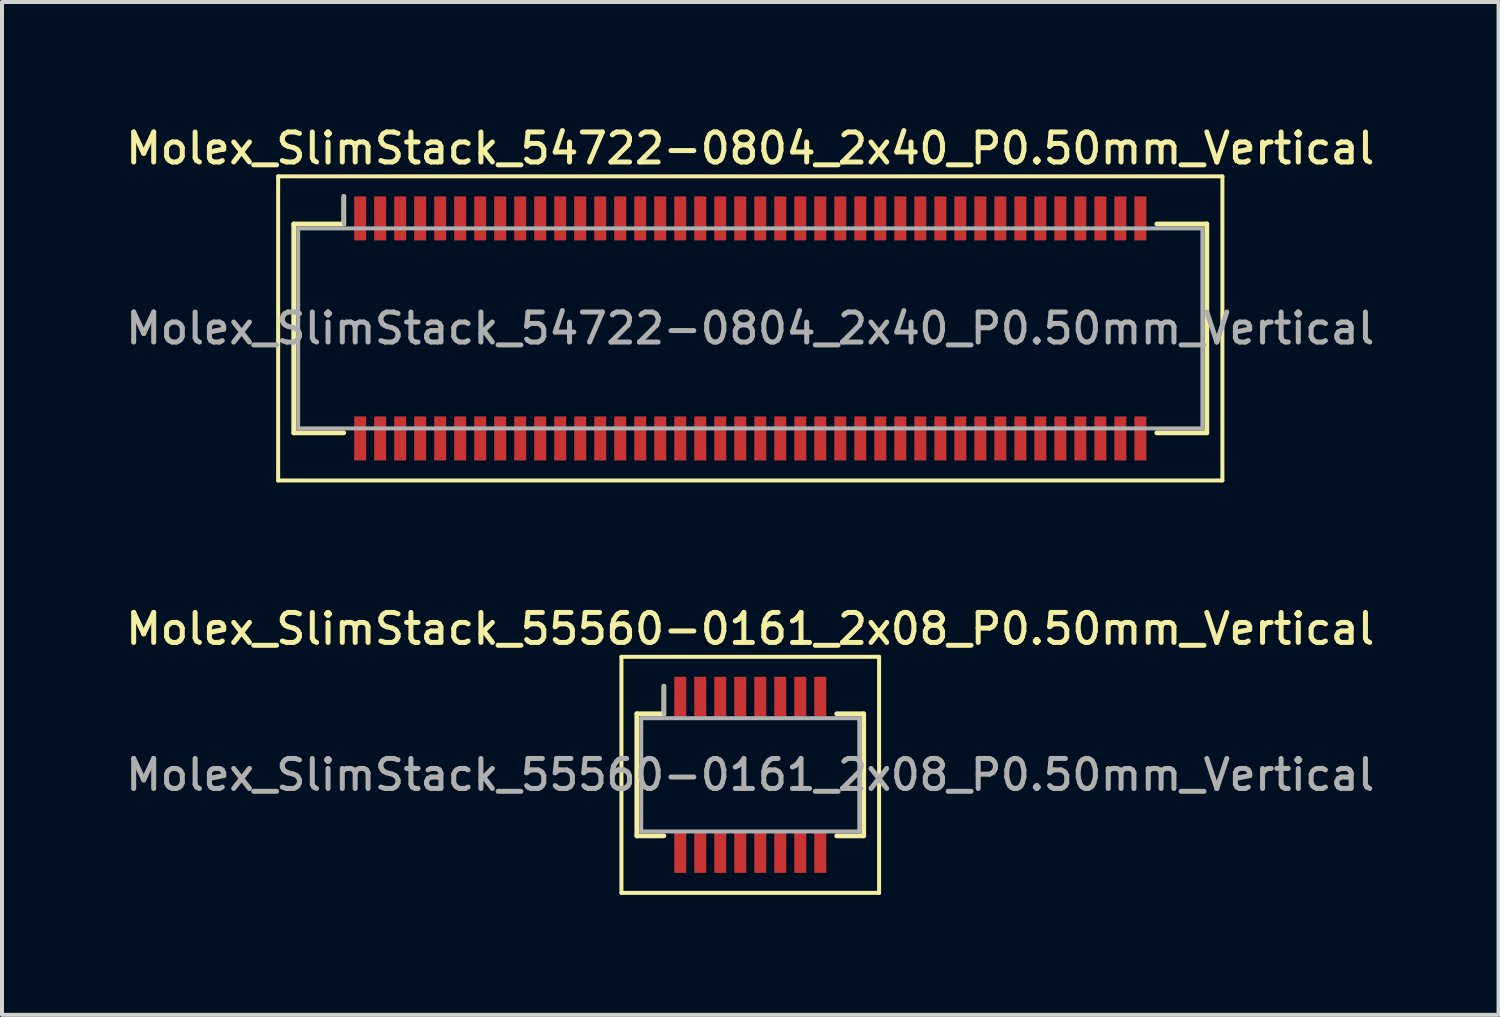
<source format=kicad_pcb>
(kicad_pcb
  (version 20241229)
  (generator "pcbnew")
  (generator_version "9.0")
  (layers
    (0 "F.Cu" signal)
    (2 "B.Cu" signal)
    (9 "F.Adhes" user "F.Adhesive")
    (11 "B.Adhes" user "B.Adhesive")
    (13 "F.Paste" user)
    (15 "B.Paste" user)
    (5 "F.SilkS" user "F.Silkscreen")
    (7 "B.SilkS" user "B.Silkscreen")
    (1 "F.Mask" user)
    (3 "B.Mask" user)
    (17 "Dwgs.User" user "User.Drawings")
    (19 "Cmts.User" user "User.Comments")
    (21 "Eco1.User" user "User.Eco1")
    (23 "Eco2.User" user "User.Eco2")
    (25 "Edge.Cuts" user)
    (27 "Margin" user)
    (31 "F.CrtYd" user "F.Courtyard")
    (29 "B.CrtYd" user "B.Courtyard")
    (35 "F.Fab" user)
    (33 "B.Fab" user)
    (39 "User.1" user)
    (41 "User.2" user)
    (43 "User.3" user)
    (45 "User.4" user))
  (footprint "Molex_SlimStack_55560-0161_2x08_P0.50mm_Vertical"
    (layer "F.Cu")
    (at 15.702 16.316)
    (property "Reference" "Molex_SlimStack_55560-0161_2x08_P0.50mm_Vertical" (at 0 -3.65 0) (layer "F.SilkS") (effects (font (size 0.75 0.75) (thickness 0.125))))
    (attr smd)
    (fp_line (start -3.22 -2.95) (end -3.22 2.95) (stroke (width 0.1) (type solid)) (layer "F.SilkS"))
    (fp_line (start -3.22 2.95) (end 3.22 2.95) (stroke (width 0.1) (type solid)) (layer "F.SilkS"))
    (fp_line (start -2.835 -1.525) (end -2.16 -1.525) (stroke (width 0.12) (type solid)) (layer "F.SilkS"))
    (fp_line (start -2.835 1.525) (end -2.835 -1.525) (stroke (width 0.12) (type solid)) (layer "F.SilkS"))
    (fp_line (start -2.16 -1.525) (end -2.16 -2.215) (stroke (width 0.12) (type solid)) (layer "F.SilkS"))
    (fp_line (start -2.16 1.525) (end -2.835 1.525) (stroke (width 0.12) (type solid)) (layer "F.SilkS"))
    (fp_line (start 2.16 1.525) (end 2.835 1.525) (stroke (width 0.12) (type solid)) (layer "F.SilkS"))
    (fp_line (start 2.835 -1.525) (end 2.16 -1.525) (stroke (width 0.12) (type solid)) (layer "F.SilkS"))
    (fp_line (start 2.835 1.525) (end 2.835 -1.525) (stroke (width 0.12) (type solid)) (layer "F.SilkS"))
    (fp_line (start 3.22 -2.95) (end -3.22 -2.95) (stroke (width 0.1) (type solid)) (layer "F.SilkS"))
    (fp_line (start 3.22 2.95) (end 3.22 -2.95) (stroke (width 0.1) (type solid)) (layer "F.SilkS"))
    (fp_line (start -2.725 -1.415) (end -2.725 1.415) (stroke (width 0.1) (type solid)) (layer "F.Fab"))
    (fp_line (start -2.725 1.415) (end 2.725 1.415) (stroke (width 0.1) (type solid)) (layer "F.Fab"))
    (fp_line (start -2.16 -1.525) (end -2.16 -2.215) (stroke (width 0.1) (type solid)) (layer "F.Fab"))
    (fp_line (start 2.725 -1.415) (end -2.725 -1.415) (stroke (width 0.1) (type solid)) (layer "F.Fab"))
    (fp_line (start 2.725 1.415) (end 2.725 -1.415) (stroke (width 0.1) (type solid)) (layer "F.Fab"))
    (fp_text user "${REFERENCE}" (at 0 0 0) (layer "F.Fab") (effects (font (size 0.75 0.75) (thickness 0.125))))
    (pad "1" smd rect (at -1.75 -1.95) (size 0.3 1) (layers "F.Cu" "F.Mask" "F.Paste"))
    (pad "2" smd rect (at -1.75 1.95) (size 0.3 1) (layers "F.Cu" "F.Mask" "F.Paste"))
    (pad "3" smd rect (at -1.25 -1.95) (size 0.3 1) (layers "F.Cu" "F.Mask" "F.Paste"))
    (pad "4" smd rect (at -1.25 1.95) (size 0.3 1) (layers "F.Cu" "F.Mask" "F.Paste"))
    (pad "5" smd rect (at -0.75 -1.95) (size 0.3 1) (layers "F.Cu" "F.Mask" "F.Paste"))
    (pad "6" smd rect (at -0.75 1.95) (size 0.3 1) (layers "F.Cu" "F.Mask" "F.Paste"))
    (pad "7" smd rect (at -0.25 -1.95) (size 0.3 1) (layers "F.Cu" "F.Mask" "F.Paste"))
    (pad "8" smd rect (at -0.25 1.95) (size 0.3 1) (layers "F.Cu" "F.Mask" "F.Paste"))
    (pad "9" smd rect (at 0.25 -1.95) (size 0.3 1) (layers "F.Cu" "F.Mask" "F.Paste"))
    (pad "10" smd rect (at 0.25 1.95) (size 0.3 1) (layers "F.Cu" "F.Mask" "F.Paste"))
    (pad "11" smd rect (at 0.75 -1.95) (size 0.3 1) (layers "F.Cu" "F.Mask" "F.Paste"))
    (pad "12" smd rect (at 0.75 1.95) (size 0.3 1) (layers "F.Cu" "F.Mask" "F.Paste"))
    (pad "13" smd rect (at 1.25 -1.95) (size 0.3 1) (layers "F.Cu" "F.Mask" "F.Paste"))
    (pad "14" smd rect (at 1.25 1.95) (size 0.3 1) (layers "F.Cu" "F.Mask" "F.Paste"))
    (pad "15" smd rect (at 1.75 -1.95) (size 0.3 1) (layers "F.Cu" "F.Mask" "F.Paste"))
    (pad "16" smd rect (at 1.75 1.95) (size 0.3 1) (layers "F.Cu" "F.Mask" "F.Paste")))
  (footprint "Molex_SlimStack_54722-0804_2x40_P0.50mm_Vertical"
    (layer "F.Cu")
    (at 15.702 5.158)
    (property "Reference" "Molex_SlimStack_54722-0804_2x40_P0.50mm_Vertical" (at 0 -4.5 0) (layer "F.SilkS") (effects (font (size 0.75 0.75) (thickness 0.125))))
    (attr smd)
    (fp_line (start -11.8 -3.8) (end -11.8 3.8) (stroke (width 0.1) (type solid)) (layer "F.SilkS"))
    (fp_line (start -11.8 3.8) (end 11.8 3.8) (stroke (width 0.1) (type solid)) (layer "F.SilkS"))
    (fp_line (start -11.41 -2.61) (end -10.16 -2.61) (stroke (width 0.12) (type solid)) (layer "F.SilkS"))
    (fp_line (start -11.41 2.61) (end -11.41 -2.61) (stroke (width 0.12) (type solid)) (layer "F.SilkS"))
    (fp_line (start -10.16 -2.61) (end -10.16 -3.3) (stroke (width 0.12) (type solid)) (layer "F.SilkS"))
    (fp_line (start -10.16 2.61) (end -11.41 2.61) (stroke (width 0.12) (type solid)) (layer "F.SilkS"))
    (fp_line (start 10.16 2.61) (end 11.41 2.61) (stroke (width 0.12) (type solid)) (layer "F.SilkS"))
    (fp_line (start 11.41 -2.61) (end 10.16 -2.61) (stroke (width 0.12) (type solid)) (layer "F.SilkS"))
    (fp_line (start 11.41 2.61) (end 11.41 -2.61) (stroke (width 0.12) (type solid)) (layer "F.SilkS"))
    (fp_line (start 11.8 -3.8) (end -11.8 -3.8) (stroke (width 0.1) (type solid)) (layer "F.SilkS"))
    (fp_line (start 11.8 3.8) (end 11.8 -3.8) (stroke (width 0.1) (type solid)) (layer "F.SilkS"))
    (fp_line (start -11.3 -2.5) (end -11.3 2.5) (stroke (width 0.1) (type solid)) (layer "F.Fab"))
    (fp_line (start -11.3 2.5) (end 11.3 2.5) (stroke (width 0.1) (type solid)) (layer "F.Fab"))
    (fp_line (start -10.16 -2.61) (end -10.16 -3.3) (stroke (width 0.1) (type solid)) (layer "F.Fab"))
    (fp_line (start 11.3 -2.5) (end -11.3 -2.5) (stroke (width 0.1) (type solid)) (layer "F.Fab"))
    (fp_line (start 11.3 2.5) (end 11.3 -2.5) (stroke (width 0.1) (type solid)) (layer "F.Fab"))
    (fp_text user "${REFERENCE}" (at 0 0 0) (layer "F.Fab") (effects (font (size 0.75 0.75) (thickness 0.125))))
    (pad "1" smd rect (at -9.75 -2.75) (size 0.3 1.1) (layers "F.Cu" "F.Mask" "F.Paste"))
    (pad "2" smd rect (at -9.75 2.75) (size 0.3 1.1) (layers "F.Cu" "F.Mask" "F.Paste"))
    (pad "3" smd rect (at -9.25 -2.75) (size 0.3 1.1) (layers "F.Cu" "F.Mask" "F.Paste"))
    (pad "4" smd rect (at -9.25 2.75) (size 0.3 1.1) (layers "F.Cu" "F.Mask" "F.Paste"))
    (pad "5" smd rect (at -8.75 -2.75) (size 0.3 1.1) (layers "F.Cu" "F.Mask" "F.Paste"))
    (pad "6" smd rect (at -8.75 2.75) (size 0.3 1.1) (layers "F.Cu" "F.Mask" "F.Paste"))
    (pad "7" smd rect (at -8.25 -2.75) (size 0.3 1.1) (layers "F.Cu" "F.Mask" "F.Paste"))
    (pad "8" smd rect (at -8.25 2.75) (size 0.3 1.1) (layers "F.Cu" "F.Mask" "F.Paste"))
    (pad "9" smd rect (at -7.75 -2.75) (size 0.3 1.1) (layers "F.Cu" "F.Mask" "F.Paste"))
    (pad "10" smd rect (at -7.75 2.75) (size 0.3 1.1) (layers "F.Cu" "F.Mask" "F.Paste"))
    (pad "11" smd rect (at -7.25 -2.75) (size 0.3 1.1) (layers "F.Cu" "F.Mask" "F.Paste"))
    (pad "12" smd rect (at -7.25 2.75) (size 0.3 1.1) (layers "F.Cu" "F.Mask" "F.Paste"))
    (pad "13" smd rect (at -6.75 -2.75) (size 0.3 1.1) (layers "F.Cu" "F.Mask" "F.Paste"))
    (pad "14" smd rect (at -6.75 2.75) (size 0.3 1.1) (layers "F.Cu" "F.Mask" "F.Paste"))
    (pad "15" smd rect (at -6.25 -2.75) (size 0.3 1.1) (layers "F.Cu" "F.Mask" "F.Paste"))
    (pad "16" smd rect (at -6.25 2.75) (size 0.3 1.1) (layers "F.Cu" "F.Mask" "F.Paste"))
    (pad "17" smd rect (at -5.75 -2.75) (size 0.3 1.1) (layers "F.Cu" "F.Mask" "F.Paste"))
    (pad "18" smd rect (at -5.75 2.75) (size 0.3 1.1) (layers "F.Cu" "F.Mask" "F.Paste"))
    (pad "19" smd rect (at -5.25 -2.75) (size 0.3 1.1) (layers "F.Cu" "F.Mask" "F.Paste"))
    (pad "20" smd rect (at -5.25 2.75) (size 0.3 1.1) (layers "F.Cu" "F.Mask" "F.Paste"))
    (pad "21" smd rect (at -4.75 -2.75) (size 0.3 1.1) (layers "F.Cu" "F.Mask" "F.Paste"))
    (pad "22" smd rect (at -4.75 2.75) (size 0.3 1.1) (layers "F.Cu" "F.Mask" "F.Paste"))
    (pad "23" smd rect (at -4.25 -2.75) (size 0.3 1.1) (layers "F.Cu" "F.Mask" "F.Paste"))
    (pad "24" smd rect (at -4.25 2.75) (size 0.3 1.1) (layers "F.Cu" "F.Mask" "F.Paste"))
    (pad "25" smd rect (at -3.75 -2.75) (size 0.3 1.1) (layers "F.Cu" "F.Mask" "F.Paste"))
    (pad "26" smd rect (at -3.75 2.75) (size 0.3 1.1) (layers "F.Cu" "F.Mask" "F.Paste"))
    (pad "27" smd rect (at -3.25 -2.75) (size 0.3 1.1) (layers "F.Cu" "F.Mask" "F.Paste"))
    (pad "28" smd rect (at -3.25 2.75) (size 0.3 1.1) (layers "F.Cu" "F.Mask" "F.Paste"))
    (pad "29" smd rect (at -2.75 -2.75) (size 0.3 1.1) (layers "F.Cu" "F.Mask" "F.Paste"))
    (pad "30" smd rect (at -2.75 2.75) (size 0.3 1.1) (layers "F.Cu" "F.Mask" "F.Paste"))
    (pad "31" smd rect (at -2.25 -2.75) (size 0.3 1.1) (layers "F.Cu" "F.Mask" "F.Paste"))
    (pad "32" smd rect (at -2.25 2.75) (size 0.3 1.1) (layers "F.Cu" "F.Mask" "F.Paste"))
    (pad "33" smd rect (at -1.75 -2.75) (size 0.3 1.1) (layers "F.Cu" "F.Mask" "F.Paste"))
    (pad "34" smd rect (at -1.75 2.75) (size 0.3 1.1) (layers "F.Cu" "F.Mask" "F.Paste"))
    (pad "35" smd rect (at -1.25 -2.75) (size 0.3 1.1) (layers "F.Cu" "F.Mask" "F.Paste"))
    (pad "36" smd rect (at -1.25 2.75) (size 0.3 1.1) (layers "F.Cu" "F.Mask" "F.Paste"))
    (pad "37" smd rect (at -0.75 -2.75) (size 0.3 1.1) (layers "F.Cu" "F.Mask" "F.Paste"))
    (pad "38" smd rect (at -0.75 2.75) (size 0.3 1.1) (layers "F.Cu" "F.Mask" "F.Paste"))
    (pad "39" smd rect (at -0.25 -2.75) (size 0.3 1.1) (layers "F.Cu" "F.Mask" "F.Paste"))
    (pad "40" smd rect (at -0.25 2.75) (size 0.3 1.1) (layers "F.Cu" "F.Mask" "F.Paste"))
    (pad "41" smd rect (at 0.25 -2.75) (size 0.3 1.1) (layers "F.Cu" "F.Mask" "F.Paste"))
    (pad "42" smd rect (at 0.25 2.75) (size 0.3 1.1) (layers "F.Cu" "F.Mask" "F.Paste"))
    (pad "43" smd rect (at 0.75 -2.75) (size 0.3 1.1) (layers "F.Cu" "F.Mask" "F.Paste"))
    (pad "44" smd rect (at 0.75 2.75) (size 0.3 1.1) (layers "F.Cu" "F.Mask" "F.Paste"))
    (pad "45" smd rect (at 1.25 -2.75) (size 0.3 1.1) (layers "F.Cu" "F.Mask" "F.Paste"))
    (pad "46" smd rect (at 1.25 2.75) (size 0.3 1.1) (layers "F.Cu" "F.Mask" "F.Paste"))
    (pad "47" smd rect (at 1.75 -2.75) (size 0.3 1.1) (layers "F.Cu" "F.Mask" "F.Paste"))
    (pad "48" smd rect (at 1.75 2.75) (size 0.3 1.1) (layers "F.Cu" "F.Mask" "F.Paste"))
    (pad "49" smd rect (at 2.25 -2.75) (size 0.3 1.1) (layers "F.Cu" "F.Mask" "F.Paste"))
    (pad "50" smd rect (at 2.25 2.75) (size 0.3 1.1) (layers "F.Cu" "F.Mask" "F.Paste"))
    (pad "51" smd rect (at 2.75 -2.75) (size 0.3 1.1) (layers "F.Cu" "F.Mask" "F.Paste"))
    (pad "52" smd rect (at 2.75 2.75) (size 0.3 1.1) (layers "F.Cu" "F.Mask" "F.Paste"))
    (pad "53" smd rect (at 3.25 -2.75) (size 0.3 1.1) (layers "F.Cu" "F.Mask" "F.Paste"))
    (pad "54" smd rect (at 3.25 2.75) (size 0.3 1.1) (layers "F.Cu" "F.Mask" "F.Paste"))
    (pad "55" smd rect (at 3.75 -2.75) (size 0.3 1.1) (layers "F.Cu" "F.Mask" "F.Paste"))
    (pad "56" smd rect (at 3.75 2.75) (size 0.3 1.1) (layers "F.Cu" "F.Mask" "F.Paste"))
    (pad "57" smd rect (at 4.25 -2.75) (size 0.3 1.1) (layers "F.Cu" "F.Mask" "F.Paste"))
    (pad "58" smd rect (at 4.25 2.75) (size 0.3 1.1) (layers "F.Cu" "F.Mask" "F.Paste"))
    (pad "59" smd rect (at 4.75 -2.75) (size 0.3 1.1) (layers "F.Cu" "F.Mask" "F.Paste"))
    (pad "60" smd rect (at 4.75 2.75) (size 0.3 1.1) (layers "F.Cu" "F.Mask" "F.Paste"))
    (pad "61" smd rect (at 5.25 -2.75) (size 0.3 1.1) (layers "F.Cu" "F.Mask" "F.Paste"))
    (pad "62" smd rect (at 5.25 2.75) (size 0.3 1.1) (layers "F.Cu" "F.Mask" "F.Paste"))
    (pad "63" smd rect (at 5.75 -2.75) (size 0.3 1.1) (layers "F.Cu" "F.Mask" "F.Paste"))
    (pad "64" smd rect (at 5.75 2.75) (size 0.3 1.1) (layers "F.Cu" "F.Mask" "F.Paste"))
    (pad "65" smd rect (at 6.25 -2.75) (size 0.3 1.1) (layers "F.Cu" "F.Mask" "F.Paste"))
    (pad "66" smd rect (at 6.25 2.75) (size 0.3 1.1) (layers "F.Cu" "F.Mask" "F.Paste"))
    (pad "67" smd rect (at 6.75 -2.75) (size 0.3 1.1) (layers "F.Cu" "F.Mask" "F.Paste"))
    (pad "68" smd rect (at 6.75 2.75) (size 0.3 1.1) (layers "F.Cu" "F.Mask" "F.Paste"))
    (pad "69" smd rect (at 7.25 -2.75) (size 0.3 1.1) (layers "F.Cu" "F.Mask" "F.Paste"))
    (pad "70" smd rect (at 7.25 2.75) (size 0.3 1.1) (layers "F.Cu" "F.Mask" "F.Paste"))
    (pad "71" smd rect (at 7.75 -2.75) (size 0.3 1.1) (layers "F.Cu" "F.Mask" "F.Paste"))
    (pad "72" smd rect (at 7.75 2.75) (size 0.3 1.1) (layers "F.Cu" "F.Mask" "F.Paste"))
    (pad "73" smd rect (at 8.25 -2.75) (size 0.3 1.1) (layers "F.Cu" "F.Mask" "F.Paste"))
    (pad "74" smd rect (at 8.25 2.75) (size 0.3 1.1) (layers "F.Cu" "F.Mask" "F.Paste"))
    (pad "75" smd rect (at 8.75 -2.75) (size 0.3 1.1) (layers "F.Cu" "F.Mask" "F.Paste"))
    (pad "76" smd rect (at 8.75 2.75) (size 0.3 1.1) (layers "F.Cu" "F.Mask" "F.Paste"))
    (pad "77" smd rect (at 9.25 -2.75) (size 0.3 1.1) (layers "F.Cu" "F.Mask" "F.Paste"))
    (pad "78" smd rect (at 9.25 2.75) (size 0.3 1.1) (layers "F.Cu" "F.Mask" "F.Paste"))
    (pad "79" smd rect (at 9.75 -2.75) (size 0.3 1.1) (layers "F.Cu" "F.Mask" "F.Paste"))
    (pad "80" smd rect (at 9.75 2.75) (size 0.3 1.1) (layers "F.Cu" "F.Mask" "F.Paste")))
  (gr_rect
    (start -3 -3)
    (end 34.404 22.316)
    (stroke (width 0.1) (type default))
    (fill no)
    (layer "Edge.Cuts")))
</source>
